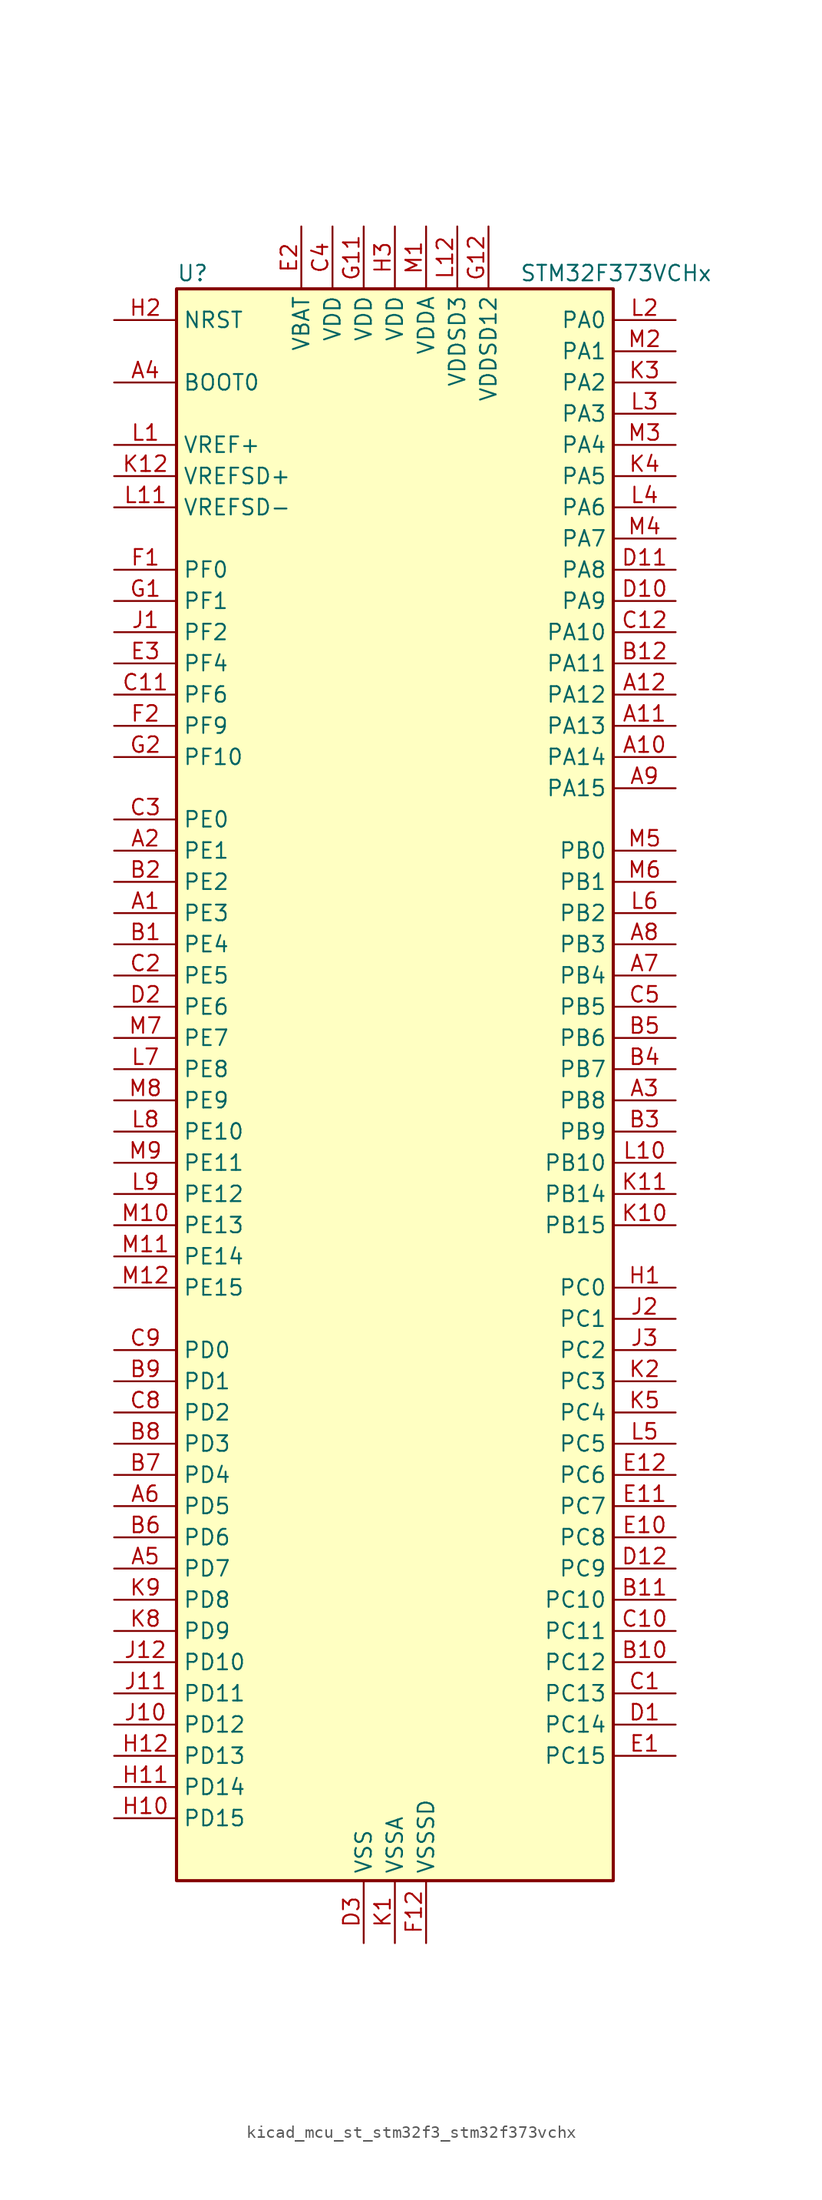
<source format=kicad_sym>
(kicad_symbol_lib
  (version 20220914)
  (generator kicad_symbol_editor)
  (symbol "kicad_mcu_st_stm32f3_stm32f373vchx"
    (property "Reference" "U"
      (at -17.78 67.31 0)
      (effects (font (size 1.27 1.27)) (justify left)))
    (property "Value" "STM32F373VCHx"
      (at 10.16 67.31 0)
      (effects (font (size 1.27 1.27)) (justify left)))
    (property "ki_locked" ""
      (at 0 0 0)
      (effects (font (size 1.27 1.27))))
    (symbol "kicad_mcu_st_stm32f3_stm32f373vchx_0_1"
      (rectangle (start -17.78 -63.5) (end 17.78 66.04) (stroke (width 0.254) (type default)) (fill (type background))))
    (symbol "kicad_mcu_st_stm32f3_stm32f373vchx_1_1"
      (pin bidirectional line (at -22.86 15.24 0) (length 5.08) (name "PE3" (effects (font (size 1.27 1.27)))) (number "A1" (effects (font (size 1.27 1.27)))) (alternate "SYS_TRACED0" bidirectional line) (alternate "TSC_G7_IO2" bidirectional line))
      (pin bidirectional line (at 22.86 27.94 180) (length 5.08) (name "PA14" (effects (font (size 1.27 1.27)))) (number "A10" (effects (font (size 1.27 1.27)))) (alternate "I2C1_SDA" bidirectional line) (alternate "SYS_JTCK-SWCLK" bidirectional line) (alternate "TIM12_CH1" bidirectional line) (alternate "TSC_G4_IO4" bidirectional line))
      (pin bidirectional line (at 22.86 30.48 180) (length 5.08) (name "PA13" (effects (font (size 1.27 1.27)))) (number "A11" (effects (font (size 1.27 1.27)))) (alternate "I2S1_MCK" bidirectional line) (alternate "IR_OUT" bidirectional line) (alternate "SPI1_MISO" bidirectional line) (alternate "SYS_JTMS-SWDIO" bidirectional line) (alternate "TIM16_CH1N" bidirectional line) (alternate "TIM4_CH3" bidirectional line) (alternate "TIM5_CH4" bidirectional line) (alternate "TSC_G4_IO3" bidirectional line) (alternate "USART3_CTS" bidirectional line))
      (pin bidirectional line (at 22.86 33.02 180) (length 5.08) (name "PA12" (effects (font (size 1.27 1.27)))) (number "A12" (effects (font (size 1.27 1.27)))) (alternate "CAN_TX" bidirectional line) (alternate "COMP2_OUT" bidirectional line) (alternate "I2S1_CK" bidirectional line) (alternate "SPI1_SCK" bidirectional line) (alternate "TIM16_CH1" bidirectional line) (alternate "TIM4_CH2" bidirectional line) (alternate "TIM5_CH3" bidirectional line) (alternate "USART1_DE" bidirectional line) (alternate "USART1_RTS" bidirectional line) (alternate "USB_DP" bidirectional line))
      (pin bidirectional line (at -22.86 20.32 0) (length 5.08) (name "PE1" (effects (font (size 1.27 1.27)))) (number "A2" (effects (font (size 1.27 1.27)))) (alternate "USART1_RX" bidirectional line))
      (pin bidirectional line (at 22.86 0 180) (length 5.08) (name "PB8" (effects (font (size 1.27 1.27)))) (number "A3" (effects (font (size 1.27 1.27)))) (alternate "CAN_RX" bidirectional line) (alternate "CEC" bidirectional line) (alternate "COMP1_OUT" bidirectional line) (alternate "I2C1_SCL" bidirectional line) (alternate "I2S2_CK" bidirectional line) (alternate "SPI2_SCK" bidirectional line) (alternate "TIM16_CH1" bidirectional line) (alternate "TIM19_CH3" bidirectional line) (alternate "TIM4_CH3" bidirectional line) (alternate "TSC_SYNC" bidirectional line) (alternate "USART3_TX" bidirectional line))
      (pin input line (at -22.86 58.42 0) (length 5.08) (name "BOOT0" (effects (font (size 1.27 1.27)))) (number "A4" (effects (font (size 1.27 1.27)))))
      (pin bidirectional line (at -22.86 -38.1 0) (length 5.08) (name "PD7" (effects (font (size 1.27 1.27)))) (number "A5" (effects (font (size 1.27 1.27)))) (alternate "I2S2_CK" bidirectional line) (alternate "SPI2_SCK" bidirectional line) (alternate "USART2_CK" bidirectional line))
      (pin bidirectional line (at -22.86 -33.02 0) (length 5.08) (name "PD5" (effects (font (size 1.27 1.27)))) (number "A6" (effects (font (size 1.27 1.27)))) (alternate "USART2_TX" bidirectional line))
      (pin bidirectional line (at 22.86 10.16 180) (length 5.08) (name "PB4" (effects (font (size 1.27 1.27)))) (number "A7" (effects (font (size 1.27 1.27)))) (alternate "I2S1_MCK" bidirectional line) (alternate "I2S3_MCK" bidirectional line) (alternate "SPI1_MISO" bidirectional line) (alternate "SPI3_MISO" bidirectional line) (alternate "SYS_NJTRST" bidirectional line) (alternate "TIM15_CH1N" bidirectional line) (alternate "TIM16_CH1" bidirectional line) (alternate "TIM17_BKIN" bidirectional line) (alternate "TIM3_CH1" bidirectional line) (alternate "TSC_G5_IO2" bidirectional line) (alternate "USART2_RX" bidirectional line))
      (pin bidirectional line (at 22.86 12.7 180) (length 5.08) (name "PB3" (effects (font (size 1.27 1.27)))) (number "A8" (effects (font (size 1.27 1.27)))) (alternate "I2S1_CK" bidirectional line) (alternate "I2S3_CK" bidirectional line) (alternate "SPI1_SCK" bidirectional line) (alternate "SPI3_SCK" bidirectional line) (alternate "SYS_JTDO-TRACESWO" bidirectional line) (alternate "TIM13_CH1" bidirectional line) (alternate "TIM2_CH2" bidirectional line) (alternate "TIM3_ETR" bidirectional line) (alternate "TIM4_ETR" bidirectional line) (alternate "TSC_G5_IO1" bidirectional line) (alternate "USART2_TX" bidirectional line))
      (pin bidirectional line (at 22.86 25.4 180) (length 5.08) (name "PA15" (effects (font (size 1.27 1.27)))) (number "A9" (effects (font (size 1.27 1.27)))) (alternate "ADC1_EXTI15" bidirectional line) (alternate "I2C1_SCL" bidirectional line) (alternate "I2S1_WS" bidirectional line) (alternate "I2S3_WS" bidirectional line) (alternate "SDADC1_EXTI15" bidirectional line) (alternate "SDADC2_EXTI15" bidirectional line) (alternate "SDADC3_EXTI15" bidirectional line) (alternate "SPI1_NSS" bidirectional line) (alternate "SPI3_NSS" bidirectional line) (alternate "SYS_JTDI" bidirectional line) (alternate "TIM12_CH2" bidirectional line) (alternate "TIM2_CH1" bidirectional line) (alternate "TIM2_ETR" bidirectional line) (alternate "TSC_SYNC" bidirectional line))
      (pin bidirectional line (at -22.86 12.7 0) (length 5.08) (name "PE4" (effects (font (size 1.27 1.27)))) (number "B1" (effects (font (size 1.27 1.27)))) (alternate "SYS_TRACED1" bidirectional line) (alternate "TSC_G7_IO3" bidirectional line))
      (pin bidirectional line (at 22.86 -45.72 180) (length 5.08) (name "PC12" (effects (font (size 1.27 1.27)))) (number "B10" (effects (font (size 1.27 1.27)))) (alternate "I2S3_SD" bidirectional line) (alternate "SPI3_MOSI" bidirectional line) (alternate "TIM19_CH3" bidirectional line) (alternate "USART3_CK" bidirectional line))
      (pin bidirectional line (at 22.86 -40.64 180) (length 5.08) (name "PC10" (effects (font (size 1.27 1.27)))) (number "B11" (effects (font (size 1.27 1.27)))) (alternate "I2S3_CK" bidirectional line) (alternate "SPI3_SCK" bidirectional line) (alternate "TIM19_CH1" bidirectional line) (alternate "USART3_TX" bidirectional line))
      (pin bidirectional line (at 22.86 35.56 180) (length 5.08) (name "PA11" (effects (font (size 1.27 1.27)))) (number "B12" (effects (font (size 1.27 1.27)))) (alternate "ADC1_EXTI11" bidirectional line) (alternate "CAN_RX" bidirectional line) (alternate "COMP1_OUT" bidirectional line) (alternate "I2S1_WS" bidirectional line) (alternate "I2S2_WS" bidirectional line) (alternate "SDADC1_EXTI11" bidirectional line) (alternate "SDADC2_EXTI11" bidirectional line) (alternate "SDADC3_EXTI11" bidirectional line) (alternate "SPI1_NSS" bidirectional line) (alternate "SPI2_NSS" bidirectional line) (alternate "TIM4_CH1" bidirectional line) (alternate "TIM5_CH2" bidirectional line) (alternate "USART1_CTS" bidirectional line) (alternate "USB_DM" bidirectional line))
      (pin bidirectional line (at -22.86 17.78 0) (length 5.08) (name "PE2" (effects (font (size 1.27 1.27)))) (number "B2" (effects (font (size 1.27 1.27)))) (alternate "SYS_TRACECK" bidirectional line) (alternate "TSC_G7_IO1" bidirectional line))
      (pin bidirectional line (at 22.86 -2.54 180) (length 5.08) (name "PB9" (effects (font (size 1.27 1.27)))) (number "B3" (effects (font (size 1.27 1.27)))) (alternate "CAN_TX" bidirectional line) (alternate "COMP2_OUT" bidirectional line) (alternate "DAC1_EXTI9" bidirectional line) (alternate "DAC2_EXTI9" bidirectional line) (alternate "I2C1_SDA" bidirectional line) (alternate "I2S2_WS" bidirectional line) (alternate "IR_OUT" bidirectional line) (alternate "SPI2_NSS" bidirectional line) (alternate "TIM17_CH1" bidirectional line) (alternate "TIM19_CH4" bidirectional line) (alternate "TIM4_CH4" bidirectional line) (alternate "USART3_RX" bidirectional line))
      (pin bidirectional line (at 22.86 2.54 180) (length 5.08) (name "PB7" (effects (font (size 1.27 1.27)))) (number "B4" (effects (font (size 1.27 1.27)))) (alternate "I2C1_SDA" bidirectional line) (alternate "TIM15_CH2" bidirectional line) (alternate "TIM17_CH1N" bidirectional line) (alternate "TIM19_CH2" bidirectional line) (alternate "TIM3_CH4" bidirectional line) (alternate "TIM4_CH2" bidirectional line) (alternate "TSC_G5_IO4" bidirectional line) (alternate "USART1_RX" bidirectional line))
      (pin bidirectional line (at 22.86 5.08 180) (length 5.08) (name "PB6" (effects (font (size 1.27 1.27)))) (number "B5" (effects (font (size 1.27 1.27)))) (alternate "I2C1_SCL" bidirectional line) (alternate "TIM15_CH1" bidirectional line) (alternate "TIM16_CH1N" bidirectional line) (alternate "TIM19_CH1" bidirectional line) (alternate "TIM3_CH3" bidirectional line) (alternate "TIM4_CH1" bidirectional line) (alternate "TSC_G5_IO3" bidirectional line) (alternate "USART1_TX" bidirectional line))
      (pin bidirectional line (at -22.86 -35.56 0) (length 5.08) (name "PD6" (effects (font (size 1.27 1.27)))) (number "B6" (effects (font (size 1.27 1.27)))) (alternate "I2S2_WS" bidirectional line) (alternate "SPI2_NSS" bidirectional line) (alternate "USART2_RX" bidirectional line))
      (pin bidirectional line (at -22.86 -30.48 0) (length 5.08) (name "PD4" (effects (font (size 1.27 1.27)))) (number "B7" (effects (font (size 1.27 1.27)))) (alternate "I2S2_SD" bidirectional line) (alternate "SPI2_MOSI" bidirectional line) (alternate "USART2_DE" bidirectional line) (alternate "USART2_RTS" bidirectional line))
      (pin bidirectional line (at -22.86 -27.94 0) (length 5.08) (name "PD3" (effects (font (size 1.27 1.27)))) (number "B8" (effects (font (size 1.27 1.27)))) (alternate "I2S2_MCK" bidirectional line) (alternate "SPI2_MISO" bidirectional line) (alternate "USART2_CTS" bidirectional line))
      (pin bidirectional line (at -22.86 -22.86 0) (length 5.08) (name "PD1" (effects (font (size 1.27 1.27)))) (number "B9" (effects (font (size 1.27 1.27)))) (alternate "CAN_TX" bidirectional line) (alternate "TIM19_ETR" bidirectional line))
      (pin bidirectional line (at 22.86 -48.26 180) (length 5.08) (name "PC13" (effects (font (size 1.27 1.27)))) (number "C1" (effects (font (size 1.27 1.27)))) (alternate "RTC_OUT_ALARM" bidirectional line) (alternate "RTC_OUT_CALIB" bidirectional line) (alternate "RTC_TAMP1" bidirectional line) (alternate "RTC_TS" bidirectional line) (alternate "SYS_WKUP2" bidirectional line))
      (pin bidirectional line (at 22.86 -43.18 180) (length 5.08) (name "PC11" (effects (font (size 1.27 1.27)))) (number "C10" (effects (font (size 1.27 1.27)))) (alternate "ADC1_EXTI11" bidirectional line) (alternate "I2S3_MCK" bidirectional line) (alternate "SDADC1_EXTI11" bidirectional line) (alternate "SDADC2_EXTI11" bidirectional line) (alternate "SDADC3_EXTI11" bidirectional line) (alternate "SPI3_MISO" bidirectional line) (alternate "TIM19_CH2" bidirectional line) (alternate "USART3_RX" bidirectional line))
      (pin bidirectional line (at -22.86 33.02 0) (length 5.08) (name "PF6" (effects (font (size 1.27 1.27)))) (number "C11" (effects (font (size 1.27 1.27)))) (alternate "I2C2_SCL" bidirectional line) (alternate "I2S1_SD" bidirectional line) (alternate "SPI1_MOSI" bidirectional line) (alternate "TIM4_CH4" bidirectional line) (alternate "USART3_DE" bidirectional line) (alternate "USART3_RTS" bidirectional line))
      (pin bidirectional line (at 22.86 38.1 180) (length 5.08) (name "PA10" (effects (font (size 1.27 1.27)))) (number "C12" (effects (font (size 1.27 1.27)))) (alternate "I2C2_SDA" bidirectional line) (alternate "I2S2_SD" bidirectional line) (alternate "SPI2_MOSI" bidirectional line) (alternate "TIM14_CH1" bidirectional line) (alternate "TIM17_BKIN" bidirectional line) (alternate "TIM2_CH4" bidirectional line) (alternate "TSC_G4_IO2" bidirectional line) (alternate "USART1_RX" bidirectional line))
      (pin bidirectional line (at -22.86 10.16 0) (length 5.08) (name "PE5" (effects (font (size 1.27 1.27)))) (number "C2" (effects (font (size 1.27 1.27)))) (alternate "SYS_TRACED2" bidirectional line) (alternate "TSC_G7_IO4" bidirectional line))
      (pin bidirectional line (at -22.86 22.86 0) (length 5.08) (name "PE0" (effects (font (size 1.27 1.27)))) (number "C3" (effects (font (size 1.27 1.27)))) (alternate "TIM4_ETR" bidirectional line) (alternate "USART1_TX" bidirectional line))
      (pin power_in line (at -5.08 71.12 270) (length 5.08) (name "VDD" (effects (font (size 1.27 1.27)))) (number "C4" (effects (font (size 1.27 1.27)))))
      (pin bidirectional line (at 22.86 7.62 180) (length 5.08) (name "PB5" (effects (font (size 1.27 1.27)))) (number "C5" (effects (font (size 1.27 1.27)))) (alternate "I2C1_SMBA" bidirectional line) (alternate "I2S1_SD" bidirectional line) (alternate "I2S3_SD" bidirectional line) (alternate "SPI1_MOSI" bidirectional line) (alternate "SPI3_MOSI" bidirectional line) (alternate "TIM16_BKIN" bidirectional line) (alternate "TIM17_CH1" bidirectional line) (alternate "TIM19_ETR" bidirectional line) (alternate "TIM3_CH2" bidirectional line) (alternate "USART2_CK" bidirectional line))
      (pin bidirectional line (at -22.86 -25.4 0) (length 5.08) (name "PD2" (effects (font (size 1.27 1.27)))) (number "C8" (effects (font (size 1.27 1.27)))) (alternate "TIM3_ETR" bidirectional line))
      (pin bidirectional line (at -22.86 -20.32 0) (length 5.08) (name "PD0" (effects (font (size 1.27 1.27)))) (number "C9" (effects (font (size 1.27 1.27)))) (alternate "CAN_RX" bidirectional line) (alternate "TIM19_CH4" bidirectional line))
      (pin bidirectional line (at 22.86 -50.8 180) (length 5.08) (name "PC14" (effects (font (size 1.27 1.27)))) (number "D1" (effects (font (size 1.27 1.27)))) (alternate "RCC_OSC32_IN" bidirectional line))
      (pin bidirectional line (at 22.86 40.64 180) (length 5.08) (name "PA9" (effects (font (size 1.27 1.27)))) (number "D10" (effects (font (size 1.27 1.27)))) (alternate "DAC1_EXTI9" bidirectional line) (alternate "DAC2_EXTI9" bidirectional line) (alternate "I2C2_SCL" bidirectional line) (alternate "I2S2_MCK" bidirectional line) (alternate "SPI2_MISO" bidirectional line) (alternate "TIM13_CH1" bidirectional line) (alternate "TIM15_BKIN" bidirectional line) (alternate "TIM2_CH3" bidirectional line) (alternate "TSC_G4_IO1" bidirectional line) (alternate "USART1_TX" bidirectional line))
      (pin bidirectional line (at 22.86 43.18 180) (length 5.08) (name "PA8" (effects (font (size 1.27 1.27)))) (number "D11" (effects (font (size 1.27 1.27)))) (alternate "I2C2_SMBA" bidirectional line) (alternate "I2S2_CK" bidirectional line) (alternate "RCC_MCO" bidirectional line) (alternate "SPI2_SCK" bidirectional line) (alternate "TIM4_ETR" bidirectional line) (alternate "TIM5_CH1" bidirectional line) (alternate "TIM5_ETR" bidirectional line) (alternate "USART1_CK" bidirectional line))
      (pin bidirectional line (at 22.86 -38.1 180) (length 5.08) (name "PC9" (effects (font (size 1.27 1.27)))) (number "D12" (effects (font (size 1.27 1.27)))) (alternate "DAC1_EXTI9" bidirectional line) (alternate "DAC2_EXTI9" bidirectional line) (alternate "I2S1_SD" bidirectional line) (alternate "SPI1_MOSI" bidirectional line) (alternate "TIM3_CH4" bidirectional line))
      (pin bidirectional line (at -22.86 7.62 0) (length 5.08) (name "PE6" (effects (font (size 1.27 1.27)))) (number "D2" (effects (font (size 1.27 1.27)))) (alternate "RTC_TAMP3" bidirectional line) (alternate "SYS_TRACED3" bidirectional line) (alternate "SYS_WKUP3" bidirectional line))
      (pin power_in line (at -2.54 -68.58 90) (length 5.08) (name "VSS" (effects (font (size 1.27 1.27)))) (number "D3" (effects (font (size 1.27 1.27)))))
      (pin bidirectional line (at 22.86 -53.34 180) (length 5.08) (name "PC15" (effects (font (size 1.27 1.27)))) (number "E1" (effects (font (size 1.27 1.27)))) (alternate "ADC1_EXTI15" bidirectional line) (alternate "RCC_OSC32_OUT" bidirectional line) (alternate "SDADC1_EXTI15" bidirectional line) (alternate "SDADC2_EXTI15" bidirectional line) (alternate "SDADC3_EXTI15" bidirectional line))
      (pin bidirectional line (at 22.86 -35.56 180) (length 5.08) (name "PC8" (effects (font (size 1.27 1.27)))) (number "E10" (effects (font (size 1.27 1.27)))) (alternate "I2S1_MCK" bidirectional line) (alternate "SPI1_MISO" bidirectional line) (alternate "TIM3_CH3" bidirectional line))
      (pin bidirectional line (at 22.86 -33.02 180) (length 5.08) (name "PC7" (effects (font (size 1.27 1.27)))) (number "E11" (effects (font (size 1.27 1.27)))) (alternate "I2S1_CK" bidirectional line) (alternate "SPI1_SCK" bidirectional line) (alternate "TIM3_CH2" bidirectional line))
      (pin bidirectional line (at 22.86 -30.48 180) (length 5.08) (name "PC6" (effects (font (size 1.27 1.27)))) (number "E12" (effects (font (size 1.27 1.27)))) (alternate "I2S1_WS" bidirectional line) (alternate "SPI1_NSS" bidirectional line) (alternate "TIM3_CH1" bidirectional line))
      (pin power_in line (at -7.62 71.12 270) (length 5.08) (name "VBAT" (effects (font (size 1.27 1.27)))) (number "E2" (effects (font (size 1.27 1.27)))))
      (pin bidirectional line (at -22.86 35.56 0) (length 5.08) (name "PF4" (effects (font (size 1.27 1.27)))) (number "E3" (effects (font (size 1.27 1.27)))))
      (pin bidirectional line (at -22.86 43.18 0) (length 5.08) (name "PF0" (effects (font (size 1.27 1.27)))) (number "F1" (effects (font (size 1.27 1.27)))) (alternate "I2C2_SDA" bidirectional line) (alternate "RCC_OSC_IN" bidirectional line))
      (pin passive line (at -2.54 -68.58 90) (length 5.08) hide (name "VSS" (effects (font (size 1.27 1.27)))) (number "F11" (effects (font (size 1.27 1.27)))))
      (pin power_in line (at 2.54 -68.58 90) (length 5.08) (name "VSSSD" (effects (font (size 1.27 1.27)))) (number "F12" (effects (font (size 1.27 1.27)))))
      (pin bidirectional line (at -22.86 30.48 0) (length 5.08) (name "PF9" (effects (font (size 1.27 1.27)))) (number "F2" (effects (font (size 1.27 1.27)))) (alternate "DAC1_EXTI9" bidirectional line) (alternate "DAC2_EXTI9" bidirectional line) (alternate "TIM14_CH1" bidirectional line))
      (pin bidirectional line (at -22.86 40.64 0) (length 5.08) (name "PF1" (effects (font (size 1.27 1.27)))) (number "G1" (effects (font (size 1.27 1.27)))) (alternate "I2C2_SCL" bidirectional line) (alternate "RCC_OSC_OUT" bidirectional line))
      (pin power_in line (at -2.54 71.12 270) (length 5.08) (name "VDD" (effects (font (size 1.27 1.27)))) (number "G11" (effects (font (size 1.27 1.27)))))
      (pin power_in line (at 7.62 71.12 270) (length 5.08) (name "VDDSD12" (effects (font (size 1.27 1.27)))) (number "G12" (effects (font (size 1.27 1.27)))))
      (pin bidirectional line (at -22.86 27.94 0) (length 5.08) (name "PF10" (effects (font (size 1.27 1.27)))) (number "G2" (effects (font (size 1.27 1.27)))))
      (pin bidirectional line (at 22.86 -15.24 180) (length 5.08) (name "PC0" (effects (font (size 1.27 1.27)))) (number "H1" (effects (font (size 1.27 1.27)))) (alternate "ADC1_IN10" bidirectional line) (alternate "TIM5_CH1" bidirectional line) (alternate "TIM5_ETR" bidirectional line))
      (pin bidirectional line (at -22.86 -58.42 0) (length 5.08) (name "PD15" (effects (font (size 1.27 1.27)))) (number "H10" (effects (font (size 1.27 1.27)))) (alternate "ADC1_EXTI15" bidirectional line) (alternate "SDADC1_EXTI15" bidirectional line) (alternate "SDADC2_EXTI15" bidirectional line) (alternate "SDADC3_AIN0M" bidirectional line) (alternate "SDADC3_EXTI15" bidirectional line) (alternate "TIM4_CH4" bidirectional line) (alternate "TSC_G8_IO4" bidirectional line))
      (pin bidirectional line (at -22.86 -55.88 0) (length 5.08) (name "PD14" (effects (font (size 1.27 1.27)))) (number "H11" (effects (font (size 1.27 1.27)))) (alternate "SDADC3_AIN0P" bidirectional line) (alternate "TIM4_CH3" bidirectional line) (alternate "TSC_G8_IO3" bidirectional line))
      (pin bidirectional line (at -22.86 -53.34 0) (length 5.08) (name "PD13" (effects (font (size 1.27 1.27)))) (number "H12" (effects (font (size 1.27 1.27)))) (alternate "SDADC3_AIN1P" bidirectional line) (alternate "SDADC3_AIN2M" bidirectional line) (alternate "TIM4_CH2" bidirectional line) (alternate "TSC_G8_IO2" bidirectional line))
      (pin input line (at -22.86 63.5 0) (length 5.08) (name "NRST" (effects (font (size 1.27 1.27)))) (number "H2" (effects (font (size 1.27 1.27)))))
      (pin power_in line (at 0 71.12 270) (length 5.08) (name "VDD" (effects (font (size 1.27 1.27)))) (number "H3" (effects (font (size 1.27 1.27)))))
      (pin bidirectional line (at -22.86 38.1 0) (length 5.08) (name "PF2" (effects (font (size 1.27 1.27)))) (number "J1" (effects (font (size 1.27 1.27)))) (alternate "I2C2_SMBA" bidirectional line))
      (pin bidirectional line (at -22.86 -50.8 0) (length 5.08) (name "PD12" (effects (font (size 1.27 1.27)))) (number "J10" (effects (font (size 1.27 1.27)))) (alternate "SDADC3_AIN2P" bidirectional line) (alternate "TIM4_CH1" bidirectional line) (alternate "TSC_G8_IO1" bidirectional line) (alternate "USART3_DE" bidirectional line) (alternate "USART3_RTS" bidirectional line))
      (pin bidirectional line (at -22.86 -48.26 0) (length 5.08) (name "PD11" (effects (font (size 1.27 1.27)))) (number "J11" (effects (font (size 1.27 1.27)))) (alternate "ADC1_EXTI11" bidirectional line) (alternate "SDADC1_EXTI11" bidirectional line) (alternate "SDADC2_EXTI11" bidirectional line) (alternate "SDADC3_AIN3P" bidirectional line) (alternate "SDADC3_AIN4M" bidirectional line) (alternate "SDADC3_EXTI11" bidirectional line) (alternate "USART3_CTS" bidirectional line))
      (pin bidirectional line (at -22.86 -45.72 0) (length 5.08) (name "PD10" (effects (font (size 1.27 1.27)))) (number "J12" (effects (font (size 1.27 1.27)))) (alternate "SDADC3_AIN4P" bidirectional line) (alternate "USART3_CK" bidirectional line))
      (pin bidirectional line (at 22.86 -17.78 180) (length 5.08) (name "PC1" (effects (font (size 1.27 1.27)))) (number "J2" (effects (font (size 1.27 1.27)))) (alternate "ADC1_IN11" bidirectional line) (alternate "TIM5_CH2" bidirectional line))
      (pin bidirectional line (at 22.86 -20.32 180) (length 5.08) (name "PC2" (effects (font (size 1.27 1.27)))) (number "J3" (effects (font (size 1.27 1.27)))) (alternate "ADC1_IN12" bidirectional line) (alternate "I2S2_MCK" bidirectional line) (alternate "SPI2_MISO" bidirectional line) (alternate "TIM5_CH3" bidirectional line))
      (pin power_in line (at 0 -68.58 90) (length 5.08) (name "VSSA" (effects (font (size 1.27 1.27)))) (number "K1" (effects (font (size 1.27 1.27)))))
      (pin bidirectional line (at 22.86 -10.16 180) (length 5.08) (name "PB15" (effects (font (size 1.27 1.27)))) (number "K10" (effects (font (size 1.27 1.27)))) (alternate "ADC1_EXTI15" bidirectional line) (alternate "I2S2_SD" bidirectional line) (alternate "RTC_REFIN" bidirectional line) (alternate "SDADC1_EXTI15" bidirectional line) (alternate "SDADC2_EXTI15" bidirectional line) (alternate "SDADC3_AIN7P" bidirectional line) (alternate "SDADC3_AIN8M" bidirectional line) (alternate "SDADC3_EXTI15" bidirectional line) (alternate "SPI2_MOSI" bidirectional line) (alternate "TIM12_CH2" bidirectional line) (alternate "TIM15_CH1N" bidirectional line) (alternate "TIM15_CH2" bidirectional line) (alternate "TSC_G6_IO2" bidirectional line))
      (pin bidirectional line (at 22.86 -7.62 180) (length 5.08) (name "PB14" (effects (font (size 1.27 1.27)))) (number "K11" (effects (font (size 1.27 1.27)))) (alternate "I2S2_MCK" bidirectional line) (alternate "SDADC3_AIN8P" bidirectional line) (alternate "SPI2_MISO" bidirectional line) (alternate "TIM12_CH1" bidirectional line) (alternate "TIM15_CH1" bidirectional line) (alternate "TSC_G6_IO1" bidirectional line) (alternate "USART3_DE" bidirectional line) (alternate "USART3_RTS" bidirectional line))
      (pin input line (at -22.86 50.8 0) (length 5.08) (name "VREFSD+" (effects (font (size 1.27 1.27)))) (number "K12" (effects (font (size 1.27 1.27)))))
      (pin bidirectional line (at 22.86 -22.86 180) (length 5.08) (name "PC3" (effects (font (size 1.27 1.27)))) (number "K2" (effects (font (size 1.27 1.27)))) (alternate "ADC1_IN13" bidirectional line) (alternate "I2S2_SD" bidirectional line) (alternate "SPI2_MOSI" bidirectional line) (alternate "TIM5_CH4" bidirectional line))
      (pin bidirectional line (at 22.86 58.42 180) (length 5.08) (name "PA2" (effects (font (size 1.27 1.27)))) (number "K3" (effects (font (size 1.27 1.27)))) (alternate "ADC1_IN2" bidirectional line) (alternate "COMP2_INM" bidirectional line) (alternate "COMP2_OUT" bidirectional line) (alternate "I2S3_MCK" bidirectional line) (alternate "SPI3_MISO" bidirectional line) (alternate "TIM15_CH1" bidirectional line) (alternate "TIM19_CH3" bidirectional line) (alternate "TIM2_CH3" bidirectional line) (alternate "TIM5_CH3" bidirectional line) (alternate "TSC_G1_IO3" bidirectional line) (alternate "USART2_TX" bidirectional line))
      (pin bidirectional line (at 22.86 50.8 180) (length 5.08) (name "PA5" (effects (font (size 1.27 1.27)))) (number "K4" (effects (font (size 1.27 1.27)))) (alternate "ADC1_IN5" bidirectional line) (alternate "CEC" bidirectional line) (alternate "DAC1_OUT2" bidirectional line) (alternate "I2S1_CK" bidirectional line) (alternate "SPI1_SCK" bidirectional line) (alternate "TIM12_CH2" bidirectional line) (alternate "TIM14_CH1" bidirectional line) (alternate "TIM2_CH1" bidirectional line) (alternate "TIM2_ETR" bidirectional line) (alternate "TSC_G2_IO2" bidirectional line))
      (pin bidirectional line (at 22.86 -25.4 180) (length 5.08) (name "PC4" (effects (font (size 1.27 1.27)))) (number "K5" (effects (font (size 1.27 1.27)))) (alternate "ADC1_IN14" bidirectional line) (alternate "TIM13_CH1" bidirectional line) (alternate "TSC_G3_IO1" bidirectional line) (alternate "USART1_TX" bidirectional line))
      (pin bidirectional line (at -22.86 -43.18 0) (length 5.08) (name "PD9" (effects (font (size 1.27 1.27)))) (number "K8" (effects (font (size 1.27 1.27)))) (alternate "DAC1_EXTI9" bidirectional line) (alternate "DAC2_EXTI9" bidirectional line) (alternate "SDADC3_AIN5P" bidirectional line) (alternate "SDADC3_AIN6M" bidirectional line) (alternate "TSC_G6_IO4" bidirectional line) (alternate "USART3_RX" bidirectional line))
      (pin bidirectional line (at -22.86 -40.64 0) (length 5.08) (name "PD8" (effects (font (size 1.27 1.27)))) (number "K9" (effects (font (size 1.27 1.27)))) (alternate "I2S2_CK" bidirectional line) (alternate "SDADC3_AIN6P" bidirectional line) (alternate "SPI2_SCK" bidirectional line) (alternate "TSC_G6_IO3" bidirectional line) (alternate "USART3_TX" bidirectional line))
      (pin input line (at -22.86 53.34 0) (length 5.08) (name "VREF+" (effects (font (size 1.27 1.27)))) (number "L1" (effects (font (size 1.27 1.27)))))
      (pin bidirectional line (at 22.86 -5.08 180) (length 5.08) (name "PB10" (effects (font (size 1.27 1.27)))) (number "L10" (effects (font (size 1.27 1.27)))) (alternate "CEC" bidirectional line) (alternate "I2S2_CK" bidirectional line) (alternate "SDADC2_AIN0M" bidirectional line) (alternate "SPI2_SCK" bidirectional line) (alternate "TIM2_CH3" bidirectional line) (alternate "TSC_SYNC" bidirectional line) (alternate "USART3_TX" bidirectional line))
      (pin input line (at -22.86 48.26 0) (length 5.08) (name "VREFSD-" (effects (font (size 1.27 1.27)))) (number "L11" (effects (font (size 1.27 1.27)))))
      (pin power_in line (at 5.08 71.12 270) (length 5.08) (name "VDDSD3" (effects (font (size 1.27 1.27)))) (number "L12" (effects (font (size 1.27 1.27)))))
      (pin bidirectional line (at 22.86 63.5 180) (length 5.08) (name "PA0" (effects (font (size 1.27 1.27)))) (number "L2" (effects (font (size 1.27 1.27)))) (alternate "ADC1_IN0" bidirectional line) (alternate "COMP1_INM" bidirectional line) (alternate "COMP1_OUT" bidirectional line) (alternate "RTC_TAMP2" bidirectional line) (alternate "SYS_WKUP1" bidirectional line) (alternate "TIM19_CH1" bidirectional line) (alternate "TIM2_CH1" bidirectional line) (alternate "TIM2_ETR" bidirectional line) (alternate "TIM5_CH1" bidirectional line) (alternate "TIM5_ETR" bidirectional line) (alternate "TSC_G1_IO1" bidirectional line) (alternate "USART2_CTS" bidirectional line))
      (pin bidirectional line (at 22.86 55.88 180) (length 5.08) (name "PA3" (effects (font (size 1.27 1.27)))) (number "L3" (effects (font (size 1.27 1.27)))) (alternate "ADC1_IN3" bidirectional line) (alternate "COMP2_INP" bidirectional line) (alternate "I2S3_SD" bidirectional line) (alternate "SPI3_MOSI" bidirectional line) (alternate "TIM15_CH2" bidirectional line) (alternate "TIM19_CH4" bidirectional line) (alternate "TIM2_CH4" bidirectional line) (alternate "TIM5_CH4" bidirectional line) (alternate "TSC_G1_IO4" bidirectional line) (alternate "USART2_RX" bidirectional line))
      (pin bidirectional line (at 22.86 48.26 180) (length 5.08) (name "PA6" (effects (font (size 1.27 1.27)))) (number "L4" (effects (font (size 1.27 1.27)))) (alternate "ADC1_IN6" bidirectional line) (alternate "COMP1_OUT" bidirectional line) (alternate "DAC2_OUT1" bidirectional line) (alternate "I2S1_MCK" bidirectional line) (alternate "SPI1_MISO" bidirectional line) (alternate "TIM13_CH1" bidirectional line) (alternate "TIM16_CH1" bidirectional line) (alternate "TIM3_CH1" bidirectional line) (alternate "TSC_G2_IO3" bidirectional line))
      (pin bidirectional line (at 22.86 -27.94 180) (length 5.08) (name "PC5" (effects (font (size 1.27 1.27)))) (number "L5" (effects (font (size 1.27 1.27)))) (alternate "ADC1_IN15" bidirectional line) (alternate "TSC_G3_IO2" bidirectional line) (alternate "USART1_RX" bidirectional line))
      (pin bidirectional line (at 22.86 15.24 180) (length 5.08) (name "PB2" (effects (font (size 1.27 1.27)))) (number "L6" (effects (font (size 1.27 1.27)))) (alternate "SDADC1_AIN4P" bidirectional line) (alternate "SDADC2_AIN6P" bidirectional line))
      (pin bidirectional line (at -22.86 2.54 0) (length 5.08) (name "PE8" (effects (font (size 1.27 1.27)))) (number "L7" (effects (font (size 1.27 1.27)))) (alternate "SDADC1_AIN8P" bidirectional line) (alternate "SDADC2_AIN8P" bidirectional line))
      (pin bidirectional line (at -22.86 -2.54 0) (length 5.08) (name "PE10" (effects (font (size 1.27 1.27)))) (number "L8" (effects (font (size 1.27 1.27)))) (alternate "SDADC1_AIN2P" bidirectional line))
      (pin bidirectional line (at -22.86 -7.62 0) (length 5.08) (name "PE12" (effects (font (size 1.27 1.27)))) (number "L9" (effects (font (size 1.27 1.27)))) (alternate "SDADC1_AIN0P" bidirectional line) (alternate "SDADC2_AIN3P" bidirectional line) (alternate "SDADC2_AIN4M" bidirectional line))
      (pin power_in line (at 2.54 71.12 270) (length 5.08) (name "VDDA" (effects (font (size 1.27 1.27)))) (number "M1" (effects (font (size 1.27 1.27)))))
      (pin bidirectional line (at -22.86 -10.16 0) (length 5.08) (name "PE13" (effects (font (size 1.27 1.27)))) (number "M10" (effects (font (size 1.27 1.27)))) (alternate "SDADC1_AIN0M" bidirectional line) (alternate "SDADC2_AIN2P" bidirectional line))
      (pin bidirectional line (at -22.86 -12.7 0) (length 5.08) (name "PE14" (effects (font (size 1.27 1.27)))) (number "M11" (effects (font (size 1.27 1.27)))) (alternate "SDADC2_AIN1P" bidirectional line) (alternate "SDADC2_AIN2M" bidirectional line))
      (pin bidirectional line (at -22.86 -15.24 0) (length 5.08) (name "PE15" (effects (font (size 1.27 1.27)))) (number "M12" (effects (font (size 1.27 1.27)))) (alternate "ADC1_EXTI15" bidirectional line) (alternate "SDADC1_EXTI15" bidirectional line) (alternate "SDADC2_AIN0P" bidirectional line) (alternate "SDADC2_EXTI15" bidirectional line) (alternate "SDADC3_EXTI15" bidirectional line) (alternate "USART3_RX" bidirectional line))
      (pin bidirectional line (at 22.86 60.96 180) (length 5.08) (name "PA1" (effects (font (size 1.27 1.27)))) (number "M2" (effects (font (size 1.27 1.27)))) (alternate "ADC1_IN1" bidirectional line) (alternate "COMP1_INP" bidirectional line) (alternate "I2S3_CK" bidirectional line) (alternate "RTC_REFIN" bidirectional line) (alternate "SPI3_SCK" bidirectional line) (alternate "TIM15_CH1N" bidirectional line) (alternate "TIM19_CH2" bidirectional line) (alternate "TIM2_CH2" bidirectional line) (alternate "TIM5_CH2" bidirectional line) (alternate "TSC_G1_IO2" bidirectional line) (alternate "USART2_DE" bidirectional line) (alternate "USART2_RTS" bidirectional line))
      (pin bidirectional line (at 22.86 53.34 180) (length 5.08) (name "PA4" (effects (font (size 1.27 1.27)))) (number "M3" (effects (font (size 1.27 1.27)))) (alternate "ADC1_IN4" bidirectional line) (alternate "DAC1_OUT1" bidirectional line) (alternate "I2S1_WS" bidirectional line) (alternate "I2S3_WS" bidirectional line) (alternate "SPI1_NSS" bidirectional line) (alternate "SPI3_NSS" bidirectional line) (alternate "TIM12_CH1" bidirectional line) (alternate "TIM3_CH2" bidirectional line) (alternate "TSC_G2_IO1" bidirectional line) (alternate "USART2_CK" bidirectional line))
      (pin bidirectional line (at 22.86 45.72 180) (length 5.08) (name "PA7" (effects (font (size 1.27 1.27)))) (number "M4" (effects (font (size 1.27 1.27)))) (alternate "ADC1_IN7" bidirectional line) (alternate "COMP2_OUT" bidirectional line) (alternate "I2S1_SD" bidirectional line) (alternate "SPI1_MOSI" bidirectional line) (alternate "TIM14_CH1" bidirectional line) (alternate "TIM17_CH1" bidirectional line) (alternate "TIM3_CH2" bidirectional line) (alternate "TSC_G2_IO4" bidirectional line))
      (pin bidirectional line (at 22.86 20.32 180) (length 5.08) (name "PB0" (effects (font (size 1.27 1.27)))) (number "M5" (effects (font (size 1.27 1.27)))) (alternate "ADC1_IN8" bidirectional line) (alternate "I2S1_SD" bidirectional line) (alternate "SDADC1_AIN6P" bidirectional line) (alternate "SPI1_MOSI" bidirectional line) (alternate "TIM3_CH2" bidirectional line) (alternate "TIM3_CH3" bidirectional line) (alternate "TSC_G3_IO3" bidirectional line))
      (pin bidirectional line (at 22.86 17.78 180) (length 5.08) (name "PB1" (effects (font (size 1.27 1.27)))) (number "M6" (effects (font (size 1.27 1.27)))) (alternate "ADC1_IN9" bidirectional line) (alternate "SDADC1_AIN5P" bidirectional line) (alternate "SDADC1_AIN6M" bidirectional line) (alternate "TIM3_CH4" bidirectional line) (alternate "TSC_G3_IO4" bidirectional line))
      (pin bidirectional line (at -22.86 5.08 0) (length 5.08) (name "PE7" (effects (font (size 1.27 1.27)))) (number "M7" (effects (font (size 1.27 1.27)))) (alternate "SDADC1_AIN3P" bidirectional line) (alternate "SDADC1_AIN4M" bidirectional line) (alternate "SDADC2_AIN5P" bidirectional line) (alternate "SDADC2_AIN6M" bidirectional line))
      (pin bidirectional line (at -22.86 0 0) (length 5.08) (name "PE9" (effects (font (size 1.27 1.27)))) (number "M8" (effects (font (size 1.27 1.27)))) (alternate "DAC1_EXTI9" bidirectional line) (alternate "DAC2_EXTI9" bidirectional line) (alternate "SDADC1_AIN7P" bidirectional line) (alternate "SDADC1_AIN8M" bidirectional line) (alternate "SDADC2_AIN7P" bidirectional line) (alternate "SDADC2_AIN8M" bidirectional line))
      (pin bidirectional line (at -22.86 -5.08 0) (length 5.08) (name "PE11" (effects (font (size 1.27 1.27)))) (number "M9" (effects (font (size 1.27 1.27)))) (alternate "ADC1_EXTI11" bidirectional line) (alternate "SDADC1_AIN1P" bidirectional line) (alternate "SDADC1_AIN2M" bidirectional line) (alternate "SDADC1_EXTI11" bidirectional line) (alternate "SDADC2_AIN4P" bidirectional line) (alternate "SDADC2_EXTI11" bidirectional line) (alternate "SDADC3_EXTI11" bidirectional line)))))
</source>
